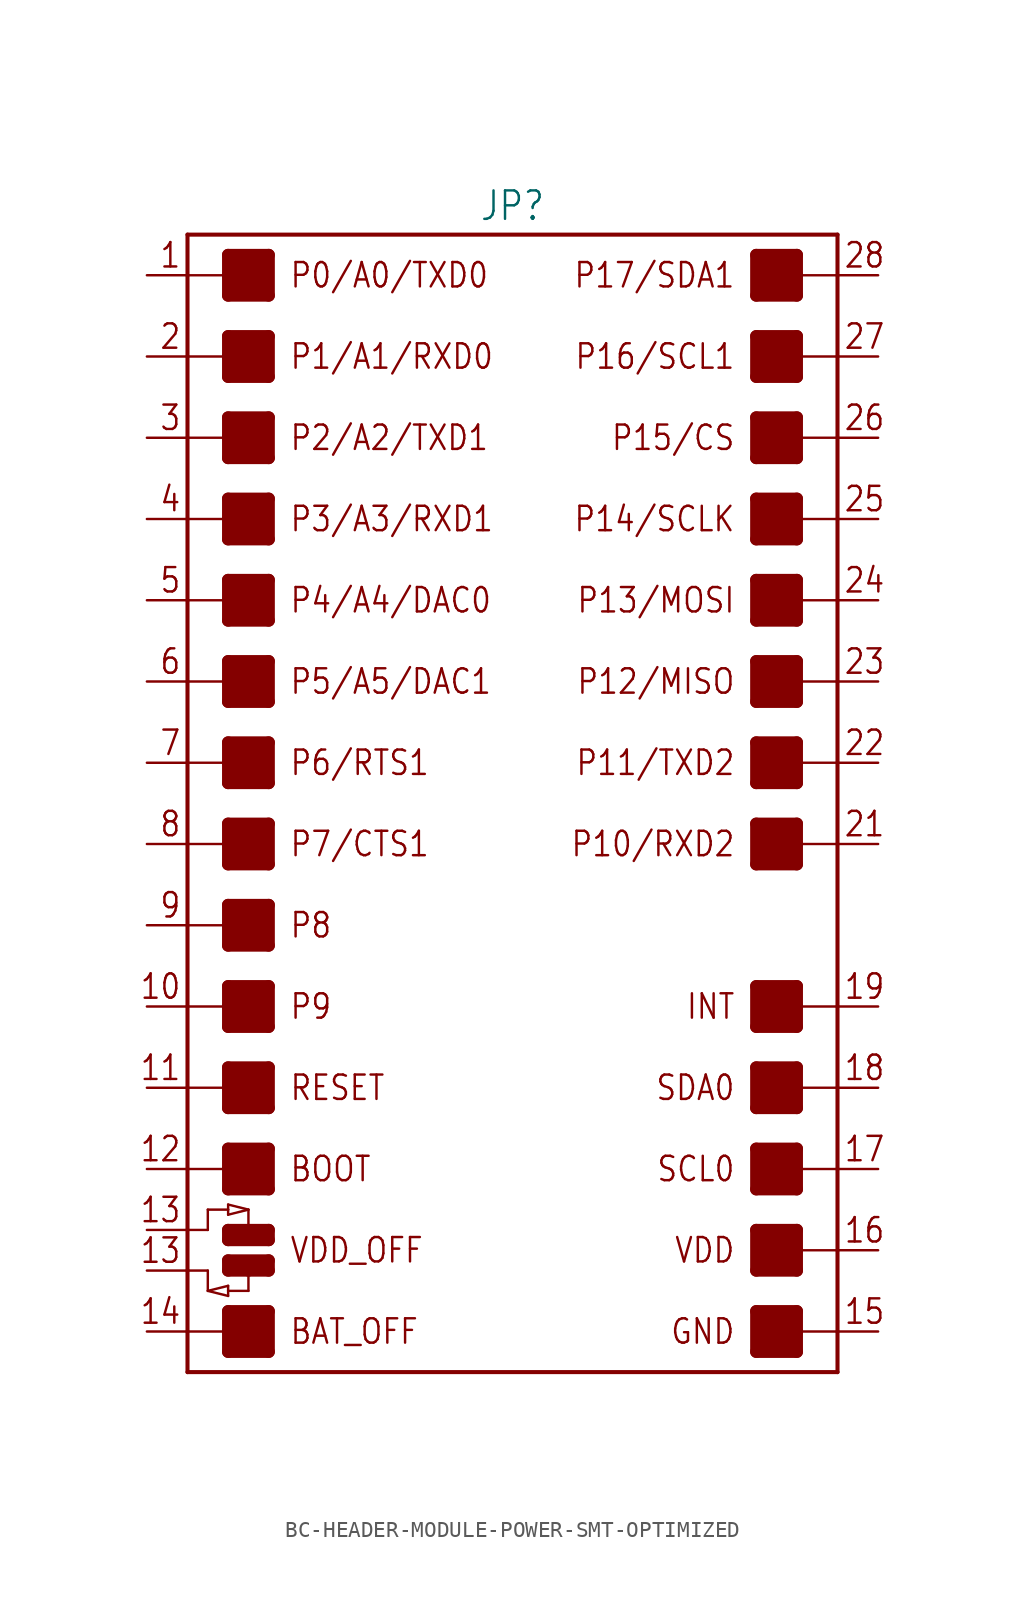
<source format=kicad_sym>
(kicad_symbol_lib
  (version 20231120)
  (generator "kicad_symbol_editor")
  (generator_version "8.0")
  (symbol "BC-HEADER-MODULE-POWER-SMT-OPTIMIZED"
    (property "Reference" "JP"
      (at 0 36.322 0)
      (effects (font (size 1.778 1.511)) (justify bottom)))
    (property "Value" ""
      (at 0 -36.322 0)
      (effects (font (size 1.778 1.511)) (justify top)))
    (property "ki_locked" ""
      (at 0 0 0)
      (effects (font (size 1.27 1.27))))
    (symbol "BC-HEADER-MODULE-POWER-SMT-OPTIMIZED_1_0"
      (rectangle (start -17.78 -34.29) (end -15.24 -31.75) (stroke (width 0) (type default)) (fill (type outline)))
      (rectangle (start -17.78 -24.13) (end -15.24 -21.59) (stroke (width 0) (type default)) (fill (type outline)))
      (rectangle (start -17.78 -19.05) (end -15.24 -16.51) (stroke (width 0) (type default)) (fill (type outline)))
      (rectangle (start -17.78 -13.97) (end -15.24 -11.43) (stroke (width 0) (type default)) (fill (type outline)))
      (rectangle (start -17.78 -8.89) (end -15.24 -6.35) (stroke (width 0) (type default)) (fill (type outline)))
      (rectangle (start -17.78 -3.81) (end -15.24 -1.27) (stroke (width 0) (type default)) (fill (type outline)))
      (rectangle (start -17.78 1.27) (end -15.24 3.81) (stroke (width 0) (type default)) (fill (type outline)))
      (rectangle (start -17.78 6.35) (end -15.24 8.89) (stroke (width 0) (type default)) (fill (type outline)))
      (rectangle (start -17.78 11.43) (end -15.24 13.97) (stroke (width 0) (type default)) (fill (type outline)))
      (rectangle (start -17.78 16.51) (end -15.24 19.05) (stroke (width 0) (type default)) (fill (type outline)))
      (rectangle (start -17.78 21.59) (end -15.24 24.13) (stroke (width 0) (type default)) (fill (type outline)))
      (rectangle (start -17.78 26.67) (end -15.24 29.21) (stroke (width 0) (type default)) (fill (type outline)))
      (rectangle (start -17.78 31.75) (end -15.24 34.29) (stroke (width 0) (type default)) (fill (type outline)))
      (polyline (pts (xy -20.32 -33.02) (xy -20.32 -35.56)) (stroke (width 0.254) (type solid)) (fill (type none)))
      (polyline (pts (xy -20.32 -33.02) (xy -17.78 -33.02)) (stroke (width 0.152) (type solid)) (fill (type none)))
      (polyline (pts (xy -20.32 -29.21) (xy -20.32 -33.02)) (stroke (width 0.254) (type solid)) (fill (type none)))
      (polyline (pts (xy -20.32 -29.21) (xy -19.05 -29.21)) (stroke (width 0.152) (type solid)) (fill (type none)))
      (polyline (pts (xy -20.32 -26.67) (xy -20.32 -29.21)) (stroke (width 0.254) (type solid)) (fill (type none)))
      (polyline (pts (xy -20.32 -26.67) (xy -19.05 -26.67)) (stroke (width 0.152) (type solid)) (fill (type none)))
      (polyline (pts (xy -20.32 -22.86) (xy -20.32 -26.67)) (stroke (width 0.254) (type solid)) (fill (type none)))
      (polyline (pts (xy -20.32 -22.86) (xy -17.78 -22.86)) (stroke (width 0.152) (type solid)) (fill (type none)))
      (polyline (pts (xy -20.32 -17.78) (xy -20.32 -22.86)) (stroke (width 0.254) (type solid)) (fill (type none)))
      (polyline (pts (xy -20.32 -17.78) (xy -17.78 -17.78)) (stroke (width 0.152) (type solid)) (fill (type none)))
      (polyline (pts (xy -20.32 -12.7) (xy -20.32 -17.78)) (stroke (width 0.254) (type solid)) (fill (type none)))
      (polyline (pts (xy -20.32 -12.7) (xy -17.78 -12.7)) (stroke (width 0.152) (type solid)) (fill (type none)))
      (polyline (pts (xy -20.32 -7.62) (xy -20.32 -12.7)) (stroke (width 0.254) (type solid)) (fill (type none)))
      (polyline (pts (xy -20.32 -7.62) (xy -17.78 -7.62)) (stroke (width 0.152) (type solid)) (fill (type none)))
      (polyline (pts (xy -20.32 -2.54) (xy -20.32 -7.62)) (stroke (width 0.254) (type solid)) (fill (type none)))
      (polyline (pts (xy -20.32 -2.54) (xy -17.78 -2.54)) (stroke (width 0.152) (type solid)) (fill (type none)))
      (polyline (pts (xy -20.32 2.54) (xy -20.32 -2.54)) (stroke (width 0.254) (type solid)) (fill (type none)))
      (polyline (pts (xy -20.32 2.54) (xy -17.78 2.54)) (stroke (width 0.152) (type solid)) (fill (type none)))
      (polyline (pts (xy -20.32 7.62) (xy -20.32 2.54)) (stroke (width 0.254) (type solid)) (fill (type none)))
      (polyline (pts (xy -20.32 7.62) (xy -17.78 7.62)) (stroke (width 0.152) (type solid)) (fill (type none)))
      (polyline (pts (xy -20.32 12.7) (xy -20.32 7.62)) (stroke (width 0.254) (type solid)) (fill (type none)))
      (polyline (pts (xy -20.32 12.7) (xy -17.78 12.7)) (stroke (width 0.152) (type solid)) (fill (type none)))
      (polyline (pts (xy -20.32 17.78) (xy -20.32 12.7)) (stroke (width 0.254) (type solid)) (fill (type none)))
      (polyline (pts (xy -20.32 17.78) (xy -17.78 17.78)) (stroke (width 0.152) (type solid)) (fill (type none)))
      (polyline (pts (xy -20.32 22.86) (xy -20.32 17.78)) (stroke (width 0.254) (type solid)) (fill (type none)))
      (polyline (pts (xy -20.32 22.86) (xy -17.78 22.86)) (stroke (width 0.152) (type solid)) (fill (type none)))
      (polyline (pts (xy -20.32 27.94) (xy -20.32 22.86)) (stroke (width 0.254) (type solid)) (fill (type none)))
      (polyline (pts (xy -20.32 27.94) (xy -17.78 27.94)) (stroke (width 0.152) (type solid)) (fill (type none)))
      (polyline (pts (xy -20.32 33.02) (xy -20.32 27.94)) (stroke (width 0.254) (type solid)) (fill (type none)))
      (polyline (pts (xy -20.32 33.02) (xy -17.78 33.02)) (stroke (width 0.152) (type solid)) (fill (type none)))
      (polyline (pts (xy -20.32 35.56) (xy -20.32 33.02)) (stroke (width 0.254) (type solid)) (fill (type none)))
      (polyline (pts (xy -20.32 35.56) (xy 20.32 35.56)) (stroke (width 0.254) (type solid)) (fill (type none)))
      (polyline (pts (xy -19.05 -30.48) (xy -17.78 -30.163)) (stroke (width 0.152) (type solid)) (fill (type none)))
      (polyline (pts (xy -19.05 -29.21) (xy -19.05 -30.48)) (stroke (width 0.152) (type solid)) (fill (type none)))
      (polyline (pts (xy -19.05 -26.67) (xy -19.05 -25.4)) (stroke (width 0.152) (type solid)) (fill (type none)))
      (polyline (pts (xy -19.05 -25.4) (xy -17.78 -25.4)) (stroke (width 0.152) (type solid)) (fill (type none)))
      (polyline (pts (xy -17.78 -34.29) (xy -15.24 -34.29)) (stroke (width 0.762) (type solid)) (fill (type none)))
      (polyline (pts (xy -17.78 -33.02) (xy -17.78 -34.29)) (stroke (width 0.762) (type solid)) (fill (type none)))
      (polyline (pts (xy -17.78 -31.75) (xy -17.78 -33.02)) (stroke (width 0.762) (type solid)) (fill (type none)))
      (polyline (pts (xy -17.78 -31.75) (xy -15.24 -31.75)) (stroke (width 0.762) (type solid)) (fill (type none)))
      (polyline (pts (xy -17.78 -30.797) (xy -19.05 -30.48)) (stroke (width 0.152) (type solid)) (fill (type none)))
      (polyline (pts (xy -17.78 -30.48) (xy -17.78 -30.797)) (stroke (width 0.152) (type solid)) (fill (type none)))
      (polyline (pts (xy -17.78 -30.163) (xy -17.78 -30.48)) (stroke (width 0.152) (type solid)) (fill (type none)))
      (polyline (pts (xy -17.78 -29.21) (xy -17.78 -28.575)) (stroke (width 0.762) (type solid)) (fill (type none)))
      (polyline (pts (xy -17.78 -29.21) (xy -16.51 -29.21)) (stroke (width 0.762) (type solid)) (fill (type none)))
      (polyline (pts (xy -17.78 -28.575) (xy -15.24 -28.575)) (stroke (width 0.762) (type solid)) (fill (type none)))
      (polyline (pts (xy -17.78 -27.305) (xy -15.24 -27.305)) (stroke (width 0.762) (type solid)) (fill (type none)))
      (polyline (pts (xy -17.78 -26.67) (xy -17.78 -27.305)) (stroke (width 0.762) (type solid)) (fill (type none)))
      (polyline (pts (xy -17.78 -26.67) (xy -16.51 -26.67)) (stroke (width 0.762) (type solid)) (fill (type none)))
      (polyline (pts (xy -17.78 -25.718) (xy -16.51 -25.4)) (stroke (width 0.152) (type solid)) (fill (type none)))
      (polyline (pts (xy -17.78 -25.4) (xy -17.78 -25.718)) (stroke (width 0.152) (type solid)) (fill (type none)))
      (polyline (pts (xy -17.78 -25.082) (xy -17.78 -25.4)) (stroke (width 0.152) (type solid)) (fill (type none)))
      (polyline (pts (xy -17.78 -24.13) (xy -15.24 -24.13)) (stroke (width 0.762) (type solid)) (fill (type none)))
      (polyline (pts (xy -17.78 -22.86) (xy -17.78 -24.13)) (stroke (width 0.762) (type solid)) (fill (type none)))
      (polyline (pts (xy -17.78 -21.59) (xy -17.78 -22.86)) (stroke (width 0.762) (type solid)) (fill (type none)))
      (polyline (pts (xy -17.78 -21.59) (xy -15.24 -21.59)) (stroke (width 0.762) (type solid)) (fill (type none)))
      (polyline (pts (xy -17.78 -19.05) (xy -15.24 -19.05)) (stroke (width 0.762) (type solid)) (fill (type none)))
      (polyline (pts (xy -17.78 -17.78) (xy -17.78 -19.05)) (stroke (width 0.762) (type solid)) (fill (type none)))
      (polyline (pts (xy -17.78 -16.51) (xy -17.78 -17.78)) (stroke (width 0.762) (type solid)) (fill (type none)))
      (polyline (pts (xy -17.78 -16.51) (xy -15.24 -16.51)) (stroke (width 0.762) (type solid)) (fill (type none)))
      (polyline (pts (xy -17.78 -13.97) (xy -15.24 -13.97)) (stroke (width 0.762) (type solid)) (fill (type none)))
      (polyline (pts (xy -17.78 -12.7) (xy -17.78 -13.97)) (stroke (width 0.762) (type solid)) (fill (type none)))
      (polyline (pts (xy -17.78 -11.43) (xy -17.78 -12.7)) (stroke (width 0.762) (type solid)) (fill (type none)))
      (polyline (pts (xy -17.78 -11.43) (xy -15.24 -11.43)) (stroke (width 0.762) (type solid)) (fill (type none)))
      (polyline (pts (xy -17.78 -8.89) (xy -15.24 -8.89)) (stroke (width 0.762) (type solid)) (fill (type none)))
      (polyline (pts (xy -17.78 -7.62) (xy -17.78 -8.89)) (stroke (width 0.762) (type solid)) (fill (type none)))
      (polyline (pts (xy -17.78 -6.35) (xy -17.78 -7.62)) (stroke (width 0.762) (type solid)) (fill (type none)))
      (polyline (pts (xy -17.78 -6.35) (xy -15.24 -6.35)) (stroke (width 0.762) (type solid)) (fill (type none)))
      (polyline (pts (xy -17.78 -3.81) (xy -15.24 -3.81)) (stroke (width 0.762) (type solid)) (fill (type none)))
      (polyline (pts (xy -17.78 -2.54) (xy -17.78 -3.81)) (stroke (width 0.762) (type solid)) (fill (type none)))
      (polyline (pts (xy -17.78 -1.27) (xy -17.78 -2.54)) (stroke (width 0.762) (type solid)) (fill (type none)))
      (polyline (pts (xy -17.78 -1.27) (xy -15.24 -1.27)) (stroke (width 0.762) (type solid)) (fill (type none)))
      (polyline (pts (xy -17.78 1.27) (xy -15.24 1.27)) (stroke (width 0.762) (type solid)) (fill (type none)))
      (polyline (pts (xy -17.78 2.54) (xy -17.78 1.27)) (stroke (width 0.762) (type solid)) (fill (type none)))
      (polyline (pts (xy -17.78 3.81) (xy -17.78 2.54)) (stroke (width 0.762) (type solid)) (fill (type none)))
      (polyline (pts (xy -17.78 3.81) (xy -15.24 3.81)) (stroke (width 0.762) (type solid)) (fill (type none)))
      (polyline (pts (xy -17.78 6.35) (xy -15.24 6.35)) (stroke (width 0.762) (type solid)) (fill (type none)))
      (polyline (pts (xy -17.78 7.62) (xy -17.78 6.35)) (stroke (width 0.762) (type solid)) (fill (type none)))
      (polyline (pts (xy -17.78 8.89) (xy -17.78 7.62)) (stroke (width 0.762) (type solid)) (fill (type none)))
      (polyline (pts (xy -17.78 8.89) (xy -15.24 8.89)) (stroke (width 0.762) (type solid)) (fill (type none)))
      (polyline (pts (xy -17.78 11.43) (xy -15.24 11.43)) (stroke (width 0.762) (type solid)) (fill (type none)))
      (polyline (pts (xy -17.78 12.7) (xy -17.78 11.43)) (stroke (width 0.762) (type solid)) (fill (type none)))
      (polyline (pts (xy -17.78 13.97) (xy -17.78 12.7)) (stroke (width 0.762) (type solid)) (fill (type none)))
      (polyline (pts (xy -17.78 13.97) (xy -15.24 13.97)) (stroke (width 0.762) (type solid)) (fill (type none)))
      (polyline (pts (xy -17.78 16.51) (xy -15.24 16.51)) (stroke (width 0.762) (type solid)) (fill (type none)))
      (polyline (pts (xy -17.78 17.78) (xy -17.78 16.51)) (stroke (width 0.762) (type solid)) (fill (type none)))
      (polyline (pts (xy -17.78 19.05) (xy -17.78 17.78)) (stroke (width 0.762) (type solid)) (fill (type none)))
      (polyline (pts (xy -17.78 19.05) (xy -15.24 19.05)) (stroke (width 0.762) (type solid)) (fill (type none)))
      (polyline (pts (xy -17.78 21.59) (xy -15.24 21.59)) (stroke (width 0.762) (type solid)) (fill (type none)))
      (polyline (pts (xy -17.78 22.86) (xy -17.78 21.59)) (stroke (width 0.762) (type solid)) (fill (type none)))
      (polyline (pts (xy -17.78 24.13) (xy -17.78 22.86)) (stroke (width 0.762) (type solid)) (fill (type none)))
      (polyline (pts (xy -17.78 24.13) (xy -15.24 24.13)) (stroke (width 0.762) (type solid)) (fill (type none)))
      (polyline (pts (xy -17.78 26.67) (xy -15.24 26.67)) (stroke (width 0.762) (type solid)) (fill (type none)))
      (polyline (pts (xy -17.78 27.94) (xy -17.78 26.67)) (stroke (width 0.762) (type solid)) (fill (type none)))
      (polyline (pts (xy -17.78 29.21) (xy -17.78 27.94)) (stroke (width 0.762) (type solid)) (fill (type none)))
      (polyline (pts (xy -17.78 29.21) (xy -15.24 29.21)) (stroke (width 0.762) (type solid)) (fill (type none)))
      (polyline (pts (xy -17.78 31.75) (xy -15.24 31.75)) (stroke (width 0.762) (type solid)) (fill (type none)))
      (polyline (pts (xy -17.78 33.02) (xy -17.78 31.75)) (stroke (width 0.762) (type solid)) (fill (type none)))
      (polyline (pts (xy -17.78 34.29) (xy -17.78 33.02)) (stroke (width 0.762) (type solid)) (fill (type none)))
      (polyline (pts (xy -17.78 34.29) (xy -15.24 34.29)) (stroke (width 0.762) (type solid)) (fill (type none)))
      (polyline (pts (xy -16.51 -30.48) (xy -17.78 -30.48)) (stroke (width 0.152) (type solid)) (fill (type none)))
      (polyline (pts (xy -16.51 -30.48) (xy -16.51 -29.21)) (stroke (width 0.152) (type solid)) (fill (type none)))
      (polyline (pts (xy -16.51 -29.21) (xy -15.24 -29.21)) (stroke (width 0.762) (type solid)) (fill (type none)))
      (polyline (pts (xy -16.51 -26.67) (xy -15.24 -26.67)) (stroke (width 0.762) (type solid)) (fill (type none)))
      (polyline (pts (xy -16.51 -25.4) (xy -17.78 -25.082)) (stroke (width 0.152) (type solid)) (fill (type none)))
      (polyline (pts (xy -16.51 -25.4) (xy -16.51 -26.67)) (stroke (width 0.152) (type solid)) (fill (type none)))
      (polyline (pts (xy -15.24 -34.29) (xy -15.24 -31.75)) (stroke (width 0.762) (type solid)) (fill (type none)))
      (polyline (pts (xy -15.24 -28.575) (xy -15.24 -29.21)) (stroke (width 0.762) (type solid)) (fill (type none)))
      (polyline (pts (xy -15.24 -27.305) (xy -15.24 -26.67)) (stroke (width 0.762) (type solid)) (fill (type none)))
      (polyline (pts (xy -15.24 -24.13) (xy -15.24 -21.59)) (stroke (width 0.762) (type solid)) (fill (type none)))
      (polyline (pts (xy -15.24 -19.05) (xy -15.24 -16.51)) (stroke (width 0.762) (type solid)) (fill (type none)))
      (polyline (pts (xy -15.24 -13.97) (xy -15.24 -11.43)) (stroke (width 0.762) (type solid)) (fill (type none)))
      (polyline (pts (xy -15.24 -8.89) (xy -15.24 -6.35)) (stroke (width 0.762) (type solid)) (fill (type none)))
      (polyline (pts (xy -15.24 -3.81) (xy -15.24 -1.27)) (stroke (width 0.762) (type solid)) (fill (type none)))
      (polyline (pts (xy -15.24 1.27) (xy -15.24 3.81)) (stroke (width 0.762) (type solid)) (fill (type none)))
      (polyline (pts (xy -15.24 6.35) (xy -15.24 8.89)) (stroke (width 0.762) (type solid)) (fill (type none)))
      (polyline (pts (xy -15.24 11.43) (xy -15.24 13.97)) (stroke (width 0.762) (type solid)) (fill (type none)))
      (polyline (pts (xy -15.24 16.51) (xy -15.24 19.05)) (stroke (width 0.762) (type solid)) (fill (type none)))
      (polyline (pts (xy -15.24 21.59) (xy -15.24 24.13)) (stroke (width 0.762) (type solid)) (fill (type none)))
      (polyline (pts (xy -15.24 26.67) (xy -15.24 29.21)) (stroke (width 0.762) (type solid)) (fill (type none)))
      (polyline (pts (xy -15.24 31.75) (xy -15.24 34.29)) (stroke (width 0.762) (type solid)) (fill (type none)))
      (polyline (pts (xy 15.24 -34.29) (xy 17.78 -34.29)) (stroke (width 0.762) (type solid)) (fill (type none)))
      (polyline (pts (xy 15.24 -31.75) (xy 15.24 -34.29)) (stroke (width 0.762) (type solid)) (fill (type none)))
      (polyline (pts (xy 15.24 -31.75) (xy 17.78 -31.75)) (stroke (width 0.762) (type solid)) (fill (type none)))
      (polyline (pts (xy 15.24 -29.21) (xy 17.78 -29.21)) (stroke (width 0.762) (type solid)) (fill (type none)))
      (polyline (pts (xy 15.24 -26.67) (xy 15.24 -29.21)) (stroke (width 0.762) (type solid)) (fill (type none)))
      (polyline (pts (xy 15.24 -26.67) (xy 17.78 -26.67)) (stroke (width 0.762) (type solid)) (fill (type none)))
      (polyline (pts (xy 15.24 -24.13) (xy 17.78 -24.13)) (stroke (width 0.762) (type solid)) (fill (type none)))
      (polyline (pts (xy 15.24 -21.59) (xy 15.24 -24.13)) (stroke (width 0.762) (type solid)) (fill (type none)))
      (polyline (pts (xy 15.24 -21.59) (xy 17.78 -21.59)) (stroke (width 0.762) (type solid)) (fill (type none)))
      (polyline (pts (xy 15.24 -19.05) (xy 17.78 -19.05)) (stroke (width 0.762) (type solid)) (fill (type none)))
      (polyline (pts (xy 15.24 -16.51) (xy 15.24 -19.05)) (stroke (width 0.762) (type solid)) (fill (type none)))
      (polyline (pts (xy 15.24 -16.51) (xy 17.78 -16.51)) (stroke (width 0.762) (type solid)) (fill (type none)))
      (polyline (pts (xy 15.24 -13.97) (xy 17.78 -13.97)) (stroke (width 0.762) (type solid)) (fill (type none)))
      (polyline (pts (xy 15.24 -11.43) (xy 15.24 -13.97)) (stroke (width 0.762) (type solid)) (fill (type none)))
      (polyline (pts (xy 15.24 -11.43) (xy 17.78 -11.43)) (stroke (width 0.762) (type solid)) (fill (type none)))
      (polyline (pts (xy 15.24 -3.81) (xy 17.78 -3.81)) (stroke (width 0.762) (type solid)) (fill (type none)))
      (polyline (pts (xy 15.24 -1.27) (xy 15.24 -3.81)) (stroke (width 0.762) (type solid)) (fill (type none)))
      (polyline (pts (xy 15.24 -1.27) (xy 17.78 -1.27)) (stroke (width 0.762) (type solid)) (fill (type none)))
      (polyline (pts (xy 15.24 1.27) (xy 17.78 1.27)) (stroke (width 0.762) (type solid)) (fill (type none)))
      (polyline (pts (xy 15.24 3.81) (xy 15.24 1.27)) (stroke (width 0.762) (type solid)) (fill (type none)))
      (polyline (pts (xy 15.24 3.81) (xy 17.78 3.81)) (stroke (width 0.762) (type solid)) (fill (type none)))
      (polyline (pts (xy 15.24 6.35) (xy 17.78 6.35)) (stroke (width 0.762) (type solid)) (fill (type none)))
      (polyline (pts (xy 15.24 8.89) (xy 15.24 6.35)) (stroke (width 0.762) (type solid)) (fill (type none)))
      (polyline (pts (xy 15.24 8.89) (xy 17.78 8.89)) (stroke (width 0.762) (type solid)) (fill (type none)))
      (polyline (pts (xy 15.24 11.43) (xy 17.78 11.43)) (stroke (width 0.762) (type solid)) (fill (type none)))
      (polyline (pts (xy 15.24 13.97) (xy 15.24 11.43)) (stroke (width 0.762) (type solid)) (fill (type none)))
      (polyline (pts (xy 15.24 13.97) (xy 17.78 13.97)) (stroke (width 0.762) (type solid)) (fill (type none)))
      (polyline (pts (xy 15.24 16.51) (xy 17.78 16.51)) (stroke (width 0.762) (type solid)) (fill (type none)))
      (polyline (pts (xy 15.24 19.05) (xy 15.24 16.51)) (stroke (width 0.762) (type solid)) (fill (type none)))
      (polyline (pts (xy 15.24 19.05) (xy 17.78 19.05)) (stroke (width 0.762) (type solid)) (fill (type none)))
      (polyline (pts (xy 15.24 21.59) (xy 17.78 21.59)) (stroke (width 0.762) (type solid)) (fill (type none)))
      (polyline (pts (xy 15.24 24.13) (xy 15.24 21.59)) (stroke (width 0.762) (type solid)) (fill (type none)))
      (polyline (pts (xy 15.24 24.13) (xy 17.78 24.13)) (stroke (width 0.762) (type solid)) (fill (type none)))
      (polyline (pts (xy 15.24 26.67) (xy 17.78 26.67)) (stroke (width 0.762) (type solid)) (fill (type none)))
      (polyline (pts (xy 15.24 29.21) (xy 15.24 26.67)) (stroke (width 0.762) (type solid)) (fill (type none)))
      (polyline (pts (xy 15.24 29.21) (xy 17.78 29.21)) (stroke (width 0.762) (type solid)) (fill (type none)))
      (polyline (pts (xy 15.24 31.75) (xy 17.78 31.75)) (stroke (width 0.762) (type solid)) (fill (type none)))
      (polyline (pts (xy 15.24 34.29) (xy 15.24 31.75)) (stroke (width 0.762) (type solid)) (fill (type none)))
      (polyline (pts (xy 15.24 34.29) (xy 17.78 34.29)) (stroke (width 0.762) (type solid)) (fill (type none)))
      (polyline (pts (xy 17.78 -34.29) (xy 17.78 -33.02)) (stroke (width 0.762) (type solid)) (fill (type none)))
      (polyline (pts (xy 17.78 -33.02) (xy 17.78 -31.75)) (stroke (width 0.762) (type solid)) (fill (type none)))
      (polyline (pts (xy 17.78 -33.02) (xy 20.32 -33.02)) (stroke (width 0.152) (type solid)) (fill (type none)))
      (polyline (pts (xy 17.78 -29.21) (xy 17.78 -27.94)) (stroke (width 0.762) (type solid)) (fill (type none)))
      (polyline (pts (xy 17.78 -27.94) (xy 17.78 -26.67)) (stroke (width 0.762) (type solid)) (fill (type none)))
      (polyline (pts (xy 17.78 -27.94) (xy 20.32 -27.94)) (stroke (width 0.152) (type solid)) (fill (type none)))
      (polyline (pts (xy 17.78 -24.13) (xy 17.78 -22.86)) (stroke (width 0.762) (type solid)) (fill (type none)))
      (polyline (pts (xy 17.78 -22.86) (xy 17.78 -21.59)) (stroke (width 0.762) (type solid)) (fill (type none)))
      (polyline (pts (xy 17.78 -22.86) (xy 20.32 -22.86)) (stroke (width 0.152) (type solid)) (fill (type none)))
      (polyline (pts (xy 17.78 -19.05) (xy 17.78 -17.78)) (stroke (width 0.762) (type solid)) (fill (type none)))
      (polyline (pts (xy 17.78 -17.78) (xy 17.78 -16.51)) (stroke (width 0.762) (type solid)) (fill (type none)))
      (polyline (pts (xy 17.78 -17.78) (xy 20.32 -17.78)) (stroke (width 0.152) (type solid)) (fill (type none)))
      (polyline (pts (xy 17.78 -13.97) (xy 17.78 -12.7)) (stroke (width 0.762) (type solid)) (fill (type none)))
      (polyline (pts (xy 17.78 -12.7) (xy 17.78 -11.43)) (stroke (width 0.762) (type solid)) (fill (type none)))
      (polyline (pts (xy 17.78 -12.7) (xy 20.32 -12.7)) (stroke (width 0.152) (type solid)) (fill (type none)))
      (polyline (pts (xy 17.78 -3.81) (xy 17.78 -2.54)) (stroke (width 0.762) (type solid)) (fill (type none)))
      (polyline (pts (xy 17.78 -2.54) (xy 17.78 -1.27)) (stroke (width 0.762) (type solid)) (fill (type none)))
      (polyline (pts (xy 17.78 -2.54) (xy 20.32 -2.54)) (stroke (width 0.152) (type solid)) (fill (type none)))
      (polyline (pts (xy 17.78 1.27) (xy 17.78 2.54)) (stroke (width 0.762) (type solid)) (fill (type none)))
      (polyline (pts (xy 17.78 2.54) (xy 17.78 3.81)) (stroke (width 0.762) (type solid)) (fill (type none)))
      (polyline (pts (xy 17.78 2.54) (xy 20.32 2.54)) (stroke (width 0.152) (type solid)) (fill (type none)))
      (polyline (pts (xy 17.78 6.35) (xy 17.78 7.62)) (stroke (width 0.762) (type solid)) (fill (type none)))
      (polyline (pts (xy 17.78 7.62) (xy 17.78 8.89)) (stroke (width 0.762) (type solid)) (fill (type none)))
      (polyline (pts (xy 17.78 7.62) (xy 20.32 7.62)) (stroke (width 0.152) (type solid)) (fill (type none)))
      (polyline (pts (xy 17.78 11.43) (xy 17.78 12.7)) (stroke (width 0.762) (type solid)) (fill (type none)))
      (polyline (pts (xy 17.78 12.7) (xy 17.78 13.97)) (stroke (width 0.762) (type solid)) (fill (type none)))
      (polyline (pts (xy 17.78 12.7) (xy 20.32 12.7)) (stroke (width 0.152) (type solid)) (fill (type none)))
      (polyline (pts (xy 17.78 16.51) (xy 17.78 17.78)) (stroke (width 0.762) (type solid)) (fill (type none)))
      (polyline (pts (xy 17.78 17.78) (xy 17.78 19.05)) (stroke (width 0.762) (type solid)) (fill (type none)))
      (polyline (pts (xy 17.78 17.78) (xy 20.32 17.78)) (stroke (width 0.152) (type solid)) (fill (type none)))
      (polyline (pts (xy 17.78 21.59) (xy 17.78 22.86)) (stroke (width 0.762) (type solid)) (fill (type none)))
      (polyline (pts (xy 17.78 22.86) (xy 17.78 24.13)) (stroke (width 0.762) (type solid)) (fill (type none)))
      (polyline (pts (xy 17.78 22.86) (xy 20.32 22.86)) (stroke (width 0.152) (type solid)) (fill (type none)))
      (polyline (pts (xy 17.78 26.67) (xy 17.78 27.94)) (stroke (width 0.762) (type solid)) (fill (type none)))
      (polyline (pts (xy 17.78 27.94) (xy 17.78 29.21)) (stroke (width 0.762) (type solid)) (fill (type none)))
      (polyline (pts (xy 17.78 27.94) (xy 20.32 27.94)) (stroke (width 0.152) (type solid)) (fill (type none)))
      (polyline (pts (xy 17.78 31.75) (xy 17.78 33.02)) (stroke (width 0.762) (type solid)) (fill (type none)))
      (polyline (pts (xy 17.78 33.02) (xy 17.78 34.29)) (stroke (width 0.762) (type solid)) (fill (type none)))
      (polyline (pts (xy 17.78 33.02) (xy 20.32 33.02)) (stroke (width 0.152) (type solid)) (fill (type none)))
      (polyline (pts (xy 20.32 -35.56) (xy -20.32 -35.56)) (stroke (width 0.254) (type solid)) (fill (type none)))
      (polyline (pts (xy 20.32 -33.02) (xy 20.32 -35.56)) (stroke (width 0.254) (type solid)) (fill (type none)))
      (polyline (pts (xy 20.32 -27.94) (xy 20.32 -33.02)) (stroke (width 0.254) (type solid)) (fill (type none)))
      (polyline (pts (xy 20.32 -22.86) (xy 20.32 -27.94)) (stroke (width 0.254) (type solid)) (fill (type none)))
      (polyline (pts (xy 20.32 -17.78) (xy 20.32 -22.86)) (stroke (width 0.254) (type solid)) (fill (type none)))
      (polyline (pts (xy 20.32 -12.7) (xy 20.32 -17.78)) (stroke (width 0.254) (type solid)) (fill (type none)))
      (polyline (pts (xy 20.32 -2.54) (xy 20.32 -12.7)) (stroke (width 0.254) (type solid)) (fill (type none)))
      (polyline (pts (xy 20.32 2.54) (xy 20.32 -2.54)) (stroke (width 0.254) (type solid)) (fill (type none)))
      (polyline (pts (xy 20.32 7.62) (xy 20.32 2.54)) (stroke (width 0.254) (type solid)) (fill (type none)))
      (polyline (pts (xy 20.32 12.7) (xy 20.32 7.62)) (stroke (width 0.254) (type solid)) (fill (type none)))
      (polyline (pts (xy 20.32 17.78) (xy 20.32 12.7)) (stroke (width 0.254) (type solid)) (fill (type none)))
      (polyline (pts (xy 20.32 22.86) (xy 20.32 17.78)) (stroke (width 0.254) (type solid)) (fill (type none)))
      (polyline (pts (xy 20.32 27.94) (xy 20.32 22.86)) (stroke (width 0.254) (type solid)) (fill (type none)))
      (polyline (pts (xy 20.32 33.02) (xy 20.32 27.94)) (stroke (width 0.254) (type solid)) (fill (type none)))
      (polyline (pts (xy 20.32 35.56) (xy 20.32 33.02)) (stroke (width 0.254) (type solid)) (fill (type none)))
      (rectangle (start 15.24 -34.29) (end 17.78 -31.75) (stroke (width 0) (type default)) (fill (type outline)))
      (rectangle (start 15.24 -29.21) (end 17.78 -26.67) (stroke (width 0) (type default)) (fill (type outline)))
      (rectangle (start 15.24 -24.13) (end 17.78 -21.59) (stroke (width 0) (type default)) (fill (type outline)))
      (rectangle (start 15.24 -19.05) (end 17.78 -16.51) (stroke (width 0) (type default)) (fill (type outline)))
      (rectangle (start 15.24 -13.97) (end 17.78 -11.43) (stroke (width 0) (type default)) (fill (type outline)))
      (rectangle (start 15.24 -3.81) (end 17.78 -1.27) (stroke (width 0) (type default)) (fill (type outline)))
      (rectangle (start 15.24 1.27) (end 17.78 3.81) (stroke (width 0) (type default)) (fill (type outline)))
      (rectangle (start 15.24 6.35) (end 17.78 8.89) (stroke (width 0) (type default)) (fill (type outline)))
      (rectangle (start 15.24 11.43) (end 17.78 13.97) (stroke (width 0) (type default)) (fill (type outline)))
      (rectangle (start 15.24 16.51) (end 17.78 19.05) (stroke (width 0) (type default)) (fill (type outline)))
      (rectangle (start 15.24 21.59) (end 17.78 24.13) (stroke (width 0) (type default)) (fill (type outline)))
      (rectangle (start 15.24 26.67) (end 17.78 29.21) (stroke (width 0) (type default)) (fill (type outline)))
      (rectangle (start 15.24 31.75) (end 17.78 34.29) (stroke (width 0) (type default)) (fill (type outline)))
      (text "1" (at -20.676 33.376 0) (effects (font (size 1.524 1.295)) (justify right bottom)))
      (text "10" (at -20.676 -12.344 0) (effects (font (size 1.524 1.295)) (justify right bottom)))
      (text "11" (at -20.676 -17.424 0) (effects (font (size 1.524 1.295)) (justify right bottom)))
      (text "12" (at -20.676 -22.504 0) (effects (font (size 1.524 1.295)) (justify right bottom)))
      (text "13" (at -20.676 -28.854 0) (effects (font (size 1.524 1.295)) (justify right bottom)))
      (text "13" (at -20.676 -26.314 0) (effects (font (size 1.524 1.295)) (justify right bottom)))
      (text "14" (at -20.676 -32.664 0) (effects (font (size 1.524 1.295)) (justify right bottom)))
      (text "15" (at 20.676 -32.664 0) (effects (font (size 1.524 1.295)) (justify left bottom)))
      (text "16" (at 20.676 -27.584 0) (effects (font (size 1.524 1.295)) (justify left bottom)))
      (text "17" (at 20.676 -22.504 0) (effects (font (size 1.524 1.295)) (justify left bottom)))
      (text "18" (at 20.676 -17.424 0) (effects (font (size 1.524 1.295)) (justify left bottom)))
      (text "19" (at 20.676 -12.344 0) (effects (font (size 1.524 1.295)) (justify left bottom)))
      (text "2" (at -20.676 28.296 0) (effects (font (size 1.524 1.295)) (justify right bottom)))
      (text "21" (at 20.676 -2.184 0) (effects (font (size 1.524 1.295)) (justify left bottom)))
      (text "22" (at 20.676 2.896 0) (effects (font (size 1.524 1.295)) (justify left bottom)))
      (text "23" (at 20.676 7.976 0) (effects (font (size 1.524 1.295)) (justify left bottom)))
      (text "24" (at 20.676 13.056 0) (effects (font (size 1.524 1.295)) (justify left bottom)))
      (text "25" (at 20.676 18.136 0) (effects (font (size 1.524 1.295)) (justify left bottom)))
      (text "26" (at 20.676 23.216 0) (effects (font (size 1.524 1.295)) (justify left bottom)))
      (text "27" (at 20.676 28.296 0) (effects (font (size 1.524 1.295)) (justify left bottom)))
      (text "28" (at 20.676 33.376 0) (effects (font (size 1.524 1.295)) (justify left bottom)))
      (text "3" (at -20.676 23.216 0) (effects (font (size 1.524 1.295)) (justify right bottom)))
      (text "4" (at -20.676 18.136 0) (effects (font (size 1.524 1.295)) (justify right bottom)))
      (text "5" (at -20.676 13.056 0) (effects (font (size 1.524 1.295)) (justify right bottom)))
      (text "6" (at -20.676 7.976 0) (effects (font (size 1.524 1.295)) (justify right bottom)))
      (text "7" (at -20.676 2.896 0) (effects (font (size 1.524 1.295)) (justify right bottom)))
      (text "8" (at -20.676 -2.184 0) (effects (font (size 1.524 1.295)) (justify right bottom)))
      (text "9" (at -20.676 -7.264 0) (effects (font (size 1.524 1.295)) (justify right bottom)))
      (text "BAT_OFF" (at -13.97 -33.02 0) (effects (font (size 1.524 1.295)) (justify left)))
      (text "BOOT" (at -13.97 -22.86 0) (effects (font (size 1.524 1.295)) (justify left)))
      (text "GND" (at 13.97 -33.02 0) (effects (font (size 1.524 1.295)) (justify right)))
      (text "INT" (at 13.97 -12.7 0) (effects (font (size 1.524 1.295)) (justify right)))
      (text "P0/A0/TXD0" (at -13.97 33.02 0) (effects (font (size 1.524 1.295)) (justify left)))
      (text "P1/A1/RXD0" (at -13.97 27.94 0) (effects (font (size 1.524 1.295)) (justify left)))
      (text "P10/RXD2" (at 13.97 -2.54 0) (effects (font (size 1.524 1.295)) (justify right)))
      (text "P11/TXD2" (at 13.97 2.54 0) (effects (font (size 1.524 1.295)) (justify right)))
      (text "P12/MISO" (at 13.97 7.62 0) (effects (font (size 1.524 1.295)) (justify right)))
      (text "P13/MOSI" (at 13.97 12.7 0) (effects (font (size 1.524 1.295)) (justify right)))
      (text "P14/SCLK" (at 13.97 17.78 0) (effects (font (size 1.524 1.295)) (justify right)))
      (text "P15/CS" (at 13.97 22.86 0) (effects (font (size 1.524 1.295)) (justify right)))
      (text "P16/SCL1" (at 13.97 27.94 0) (effects (font (size 1.524 1.295)) (justify right)))
      (text "P17/SDA1" (at 13.97 33.02 0) (effects (font (size 1.524 1.295)) (justify right)))
      (text "P2/A2/TXD1" (at -13.97 22.86 0) (effects (font (size 1.524 1.295)) (justify left)))
      (text "P3/A3/RXD1" (at -13.97 17.78 0) (effects (font (size 1.524 1.295)) (justify left)))
      (text "P4/A4/DAC0" (at -13.97 12.7 0) (effects (font (size 1.524 1.295)) (justify left)))
      (text "P5/A5/DAC1" (at -13.97 7.62 0) (effects (font (size 1.524 1.295)) (justify left)))
      (text "P6/RTS1" (at -13.97 2.54 0) (effects (font (size 1.524 1.295)) (justify left)))
      (text "P7/CTS1" (at -13.97 -2.54 0) (effects (font (size 1.524 1.295)) (justify left)))
      (text "P8" (at -13.97 -7.62 0) (effects (font (size 1.524 1.295)) (justify left)))
      (text "P9" (at -13.97 -12.7 0) (effects (font (size 1.524 1.295)) (justify left)))
      (text "RESET" (at -13.97 -17.78 0) (effects (font (size 1.524 1.295)) (justify left)))
      (text "SCL0" (at 13.97 -22.86 0) (effects (font (size 1.524 1.295)) (justify right)))
      (text "SDA0" (at 13.97 -17.78 0) (effects (font (size 1.524 1.295)) (justify right)))
      (text "VDD" (at 13.97 -27.94 0) (effects (font (size 1.524 1.295)) (justify right)))
      (text "VDD_OFF" (at -13.97 -27.94 0) (effects (font (size 1.524 1.295)) (justify left)))
      (pin passive line (at -22.86 33.02 0) (length 2.54) (name "P0/A0/TXD0" (effects (font (size 0 0)))) (number "1" (effects (font (size 0 0)))))
      (pin passive line (at -22.86 -12.7 0) (length 2.54) (name "P9" (effects (font (size 0 0)))) (number "10" (effects (font (size 0 0)))))
      (pin passive line (at -22.86 -17.78 0) (length 2.54) (name "RESET" (effects (font (size 0 0)))) (number "11" (effects (font (size 0 0)))))
      (pin passive line (at -22.86 -22.86 0) (length 2.54) (name "BOOT" (effects (font (size 0 0)))) (number "12" (effects (font (size 0 0)))))
      (pin passive line (at -22.86 -29.21 0) (length 2.54) (name "VDD_OFF_OUT" (effects (font (size 0 0)))) (number "13B" (effects (font (size 0 0)))))
      (pin passive line (at -22.86 -26.67 0) (length 2.54) (name "VDD_OFF_IN" (effects (font (size 0 0)))) (number "13T" (effects (font (size 0 0)))))
      (pin passive line (at -22.86 -33.02 0) (length 2.54) (name "BAT_OFF" (effects (font (size 0 0)))) (number "14" (effects (font (size 0 0)))))
      (pin passive line (at 22.86 -33.02 180) (length 2.54) (name "GND" (effects (font (size 0 0)))) (number "15" (effects (font (size 0 0)))))
      (pin passive line (at 22.86 -27.94 180) (length 2.54) (name "VDD" (effects (font (size 0 0)))) (number "16" (effects (font (size 0 0)))))
      (pin passive line (at 22.86 -22.86 180) (length 2.54) (name "SCL0" (effects (font (size 0 0)))) (number "17" (effects (font (size 0 0)))))
      (pin passive line (at 22.86 -17.78 180) (length 2.54) (name "SDA0" (effects (font (size 0 0)))) (number "18" (effects (font (size 0 0)))))
      (pin passive line (at 22.86 -12.7 180) (length 2.54) (name "INT" (effects (font (size 0 0)))) (number "19" (effects (font (size 0 0)))))
      (pin passive line (at -22.86 27.94 0) (length 2.54) (name "P1/A1/RXD0" (effects (font (size 0 0)))) (number "2" (effects (font (size 0 0)))))
      (pin passive line (at 22.86 -2.54 180) (length 2.54) (name "P10/RXD2" (effects (font (size 0 0)))) (number "21" (effects (font (size 0 0)))))
      (pin passive line (at 22.86 2.54 180) (length 2.54) (name "P11/TXD2" (effects (font (size 0 0)))) (number "22" (effects (font (size 0 0)))))
      (pin passive line (at 22.86 7.62 180) (length 2.54) (name "P12/MISO" (effects (font (size 0 0)))) (number "23" (effects (font (size 0 0)))))
      (pin passive line (at 22.86 12.7 180) (length 2.54) (name "P13/MOSI" (effects (font (size 0 0)))) (number "24" (effects (font (size 0 0)))))
      (pin passive line (at 22.86 17.78 180) (length 2.54) (name "P14/SCLK" (effects (font (size 0 0)))) (number "25" (effects (font (size 0 0)))))
      (pin passive line (at 22.86 22.86 180) (length 2.54) (name "P15/CS" (effects (font (size 0 0)))) (number "26" (effects (font (size 0 0)))))
      (pin passive line (at 22.86 27.94 180) (length 2.54) (name "P16/SCL1" (effects (font (size 0 0)))) (number "27" (effects (font (size 0 0)))))
      (pin passive line (at 22.86 33.02 180) (length 2.54) (name "P17/SDA1" (effects (font (size 0 0)))) (number "28" (effects (font (size 0 0)))))
      (pin passive line (at -22.86 22.86 0) (length 2.54) (name "P2/A2/TXD1" (effects (font (size 0 0)))) (number "3" (effects (font (size 0 0)))))
      (pin passive line (at -22.86 17.78 0) (length 2.54) (name "P3/A3/RXD1" (effects (font (size 0 0)))) (number "4" (effects (font (size 0 0)))))
      (pin passive line (at -22.86 12.7 0) (length 2.54) (name "P4/A4/DAC0" (effects (font (size 0 0)))) (number "5" (effects (font (size 0 0)))))
      (pin passive line (at -22.86 7.62 0) (length 2.54) (name "P5/A5/DAC1" (effects (font (size 0 0)))) (number "6" (effects (font (size 0 0)))))
      (pin passive line (at -22.86 2.54 0) (length 2.54) (name "P6/RTS1" (effects (font (size 0 0)))) (number "7" (effects (font (size 0 0)))))
      (pin passive line (at -22.86 -2.54 0) (length 2.54) (name "P7/CTS1" (effects (font (size 0 0)))) (number "8" (effects (font (size 0 0)))))
      (pin passive line (at -22.86 -7.62 0) (length 2.54) (name "P8" (effects (font (size 0 0)))) (number "9" (effects (font (size 0 0))))))))
</source>
